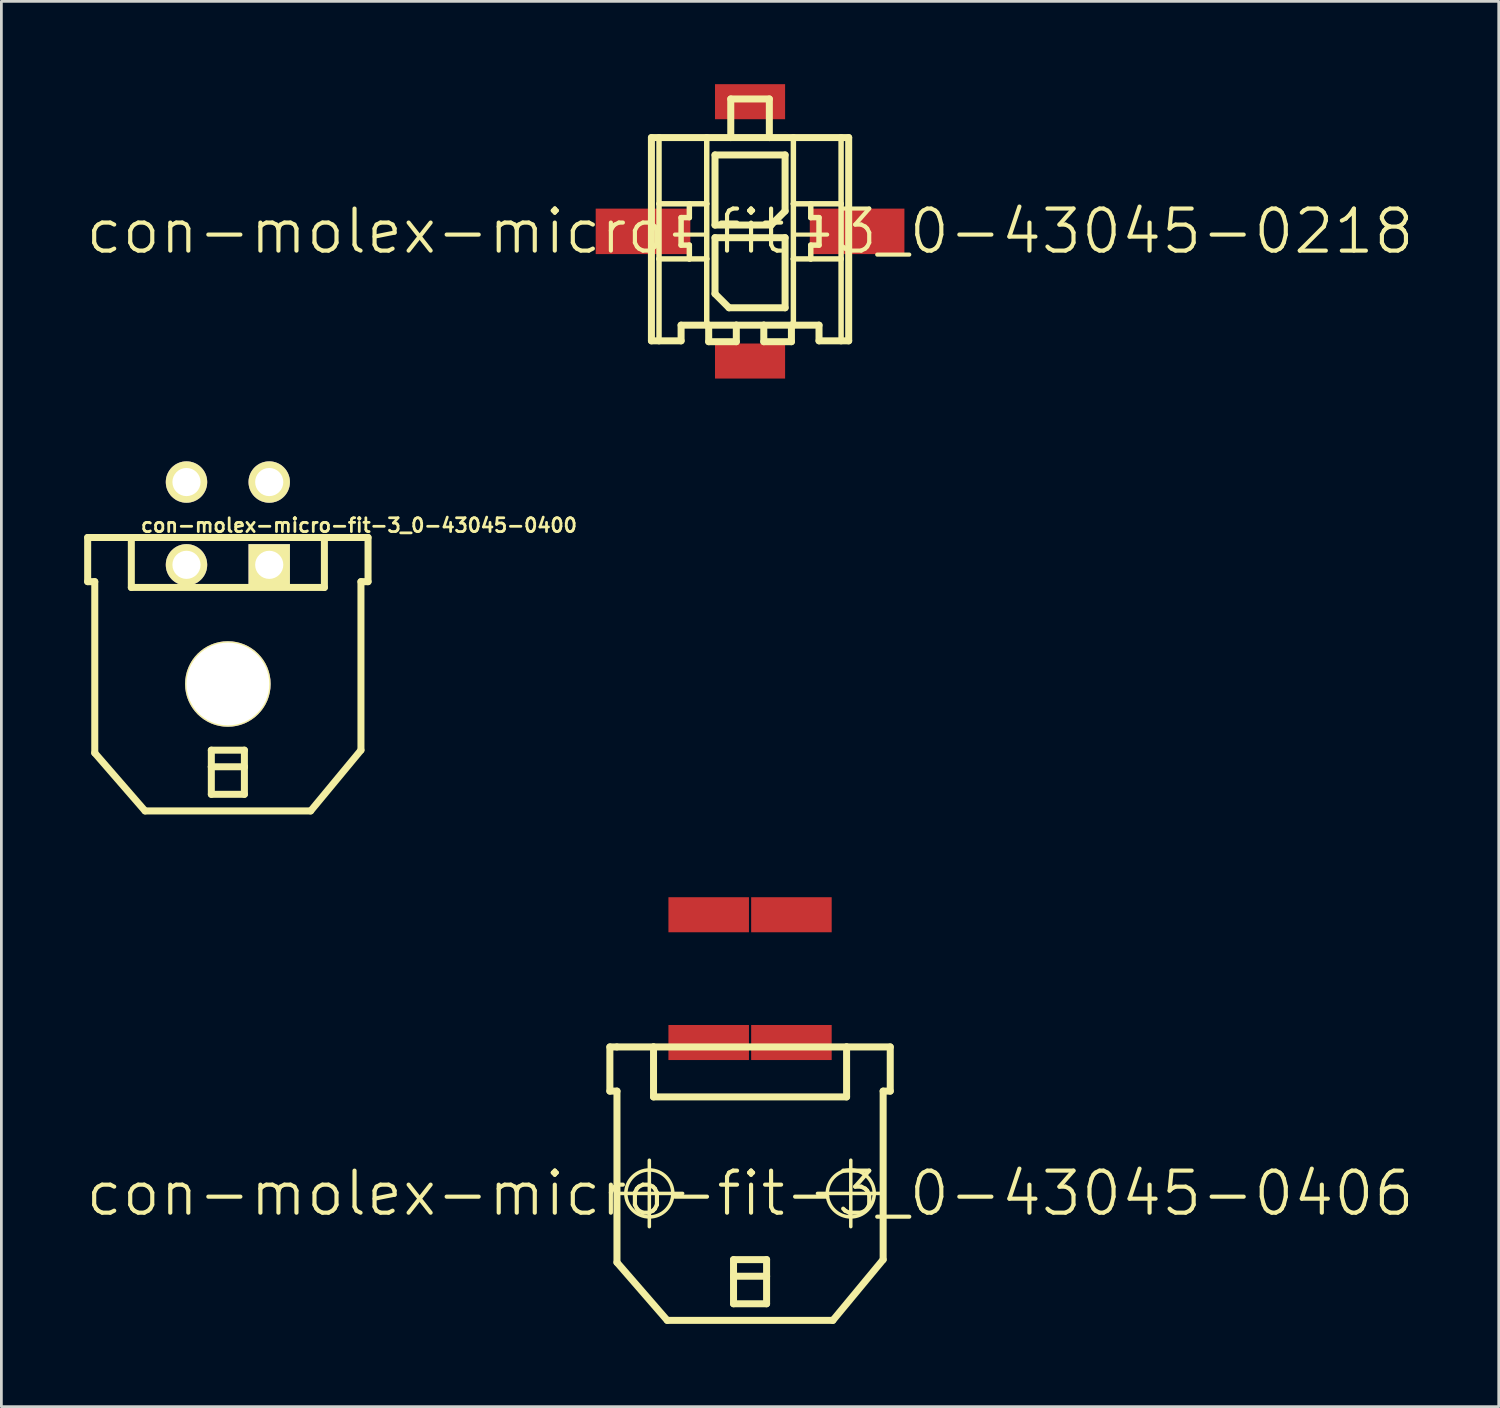
<source format=kicad_pcb>
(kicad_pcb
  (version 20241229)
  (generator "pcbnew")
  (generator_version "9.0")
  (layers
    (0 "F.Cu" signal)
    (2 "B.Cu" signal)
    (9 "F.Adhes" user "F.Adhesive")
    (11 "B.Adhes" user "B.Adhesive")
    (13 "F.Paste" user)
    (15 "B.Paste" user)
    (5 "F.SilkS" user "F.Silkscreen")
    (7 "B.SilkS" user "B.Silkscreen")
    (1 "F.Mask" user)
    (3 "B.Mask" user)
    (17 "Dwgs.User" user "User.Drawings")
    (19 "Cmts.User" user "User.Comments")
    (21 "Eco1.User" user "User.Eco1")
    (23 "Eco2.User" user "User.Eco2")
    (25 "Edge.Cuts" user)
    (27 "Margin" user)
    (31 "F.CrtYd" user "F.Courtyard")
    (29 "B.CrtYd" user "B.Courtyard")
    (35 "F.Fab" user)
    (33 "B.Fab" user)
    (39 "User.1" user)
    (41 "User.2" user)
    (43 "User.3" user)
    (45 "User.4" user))
  (footprint "con-molex-micro-fit-3_0-43045-0406"
    (layer "F.Cu")
    (at 24.13 40.197)
    (property "Reference" "con-molex-micro-fit-3_0-43045-0406" (at 0 0 0) (layer "F.SilkS") (effects (font (size 1.524 1.524) (thickness 0.15))))
    (attr smd)
    (fp_line (start -5.08 -5.309) (end -5.08 -3.708) (stroke (width 0.254) (type solid)) (layer "F.SilkS"))
    (fp_line (start -5.08 -3.708) (end -4.823 -3.708) (stroke (width 0.254) (type solid)) (layer "F.SilkS"))
    (fp_line (start -4.854 0) (end -2.443 0) (stroke (width 0.127) (type solid)) (layer "F.SilkS"))
    (fp_line (start -4.829 -5.309) (end -5.08 -5.309) (stroke (width 0.254) (type solid)) (layer "F.SilkS"))
    (fp_line (start -4.823 -5.309) (end -3.498 -5.309) (stroke (width 0.254) (type solid)) (layer "F.SilkS"))
    (fp_line (start -4.823 2.499) (end -4.823 -3.708) (stroke (width 0.254) (type solid)) (layer "F.SilkS"))
    (fp_line (start -4.823 2.499) (end -3 4.6) (stroke (width 0.254) (type solid)) (layer "F.SilkS"))
    (fp_line (start -3.65 1.204) (end -3.65 -1.204) (stroke (width 0.127) (type solid)) (layer "F.SilkS"))
    (fp_line (start -3.498 -5.309) (end -3.498 -3.498) (stroke (width 0.254) (type solid)) (layer "F.SilkS"))
    (fp_line (start -3.498 -5.309) (end 3.498 -5.309) (stroke (width 0.254) (type solid)) (layer "F.SilkS"))
    (fp_line (start -3.498 -3.498) (end 3.498 -3.498) (stroke (width 0.254) (type solid)) (layer "F.SilkS"))
    (fp_line (start -0.599 2.398) (end 0.599 2.398) (stroke (width 0.254) (type solid)) (layer "F.SilkS"))
    (fp_line (start -0.599 3) (end -0.599 2.398) (stroke (width 0.254) (type solid)) (layer "F.SilkS"))
    (fp_line (start -0.599 3) (end 0.599 3) (stroke (width 0.254) (type solid)) (layer "F.SilkS"))
    (fp_line (start -0.599 3.998) (end -0.599 3) (stroke (width 0.254) (type solid)) (layer "F.SilkS"))
    (fp_line (start 0.599 2.398) (end 0.599 3) (stroke (width 0.254) (type solid)) (layer "F.SilkS"))
    (fp_line (start 0.599 3) (end 0.599 3.998) (stroke (width 0.254) (type solid)) (layer "F.SilkS"))
    (fp_line (start 0.599 3.998) (end -0.599 3.998) (stroke (width 0.254) (type solid)) (layer "F.SilkS"))
    (fp_line (start 2.443 0) (end 4.854 0) (stroke (width 0.127) (type solid)) (layer "F.SilkS"))
    (fp_line (start 3 4.6) (end -3 4.6) (stroke (width 0.254) (type solid)) (layer "F.SilkS"))
    (fp_line (start 3.498 -5.309) (end 5.08 -5.309) (stroke (width 0.254) (type solid)) (layer "F.SilkS"))
    (fp_line (start 3.498 -3.498) (end 3.498 -5.309) (stroke (width 0.254) (type solid)) (layer "F.SilkS"))
    (fp_line (start 3.65 1.204) (end 3.65 -1.204) (stroke (width 0.127) (type solid)) (layer "F.SilkS"))
    (fp_line (start 4.823 -3.708) (end 4.823 2.398) (stroke (width 0.254) (type solid)) (layer "F.SilkS"))
    (fp_line (start 4.823 2.398) (end 3 4.6) (stroke (width 0.254) (type solid)) (layer "F.SilkS"))
    (fp_line (start 5.08 -5.309) (end 5.08 -3.708) (stroke (width 0.254) (type solid)) (layer "F.SilkS"))
    (fp_line (start 5.08 -3.708) (end 4.823 -3.708) (stroke (width 0.254) (type solid)) (layer "F.SilkS"))
    (fp_circle (center -3.65 0) (end -4.252 0.602) (stroke (width 0.127) (type solid)) (fill no) (layer "F.SilkS"))
    (fp_circle (center 3.65 0) (end 4.252 0.602) (stroke (width 0.127) (type solid)) (fill no) (layer "F.SilkS"))
    (pad "P$1" smd rect (at 1.499 -5.469) (size 2.918 1.27) (layers "F.Cu" "F.Mask" "F.Paste"))
    (pad "P$2" smd rect (at -1.499 -5.469) (size 2.918 1.27) (layers "F.Cu" "F.Mask" "F.Paste"))
    (pad "P$3" smd rect (at 1.499 -10.099) (size 2.918 1.27) (layers "F.Cu" "F.Mask" "F.Paste"))
    (pad "P$4" smd rect (at -1.499 -10.099) (size 2.918 1.27) (layers "F.Cu" "F.Mask" "F.Paste")))
  (footprint "con-molex-micro-fit-3_0-43045-0218"
    (layer "F.Cu")
    (at 24.13 5.334)
    (property "Reference" "con-molex-micro-fit-3_0-43045-0218" (at 0 0 0) (layer "F.SilkS") (effects (font (size 1.524 1.524) (thickness 0.15))))
    (attr smd)
    (fp_line (start -3.574 -3.399) (end -3.299 -3.399) (stroke (width 0.254) (type solid)) (layer "F.SilkS"))
    (fp_line (start -3.574 3.967) (end -3.574 -3.399) (stroke (width 0.254) (type solid)) (layer "F.SilkS"))
    (fp_line (start -3.299 -3.399) (end -1.57 -3.399) (stroke (width 0.254) (type solid)) (layer "F.SilkS"))
    (fp_line (start -3.299 -0.998) (end -3.299 -3.399) (stroke (width 0.198) (type solid)) (layer "F.SilkS"))
    (fp_line (start -3.299 0.998) (end -3.299 -0.998) (stroke (width 0.198) (type solid)) (layer "F.SilkS"))
    (fp_line (start -3.299 3.967) (end -3.574 3.967) (stroke (width 0.254) (type solid)) (layer "F.SilkS"))
    (fp_line (start -3.299 3.967) (end -3.299 0.998) (stroke (width 0.198) (type solid)) (layer "F.SilkS"))
    (fp_line (start -2.499 -0.498) (end -2.499 0.498) (stroke (width 0.198) (type solid)) (layer "F.SilkS"))
    (fp_line (start -2.499 0.498) (end -2.2 0.498) (stroke (width 0.198) (type solid)) (layer "F.SilkS"))
    (fp_line (start -2.499 3.399) (end -2.499 3.967) (stroke (width 0.254) (type solid)) (layer "F.SilkS"))
    (fp_line (start -2.499 3.967) (end -3.299 3.967) (stroke (width 0.254) (type solid)) (layer "F.SilkS"))
    (fp_line (start -2.2 -0.998) (end -3.299 -0.998) (stroke (width 0.198) (type solid)) (layer "F.SilkS"))
    (fp_line (start -2.2 -0.998) (end -2.2 -0.498) (stroke (width 0.198) (type solid)) (layer "F.SilkS"))
    (fp_line (start -2.2 -0.498) (end -2.499 -0.498) (stroke (width 0.198) (type solid)) (layer "F.SilkS"))
    (fp_line (start -2.2 0.498) (end -2.2 0.998) (stroke (width 0.198) (type solid)) (layer "F.SilkS"))
    (fp_line (start -2.2 0.998) (end -3.299 0.998) (stroke (width 0.198) (type solid)) (layer "F.SilkS"))
    (fp_line (start -1.57 -3.399) (end -0.699 -3.399) (stroke (width 0.254) (type solid)) (layer "F.SilkS"))
    (fp_line (start -1.57 -0.998) (end -2.2 -0.998) (stroke (width 0.198) (type solid)) (layer "F.SilkS"))
    (fp_line (start -1.57 -0.998) (end -1.57 -3.399) (stroke (width 0.198) (type solid)) (layer "F.SilkS"))
    (fp_line (start -1.57 0.998) (end -2.2 0.998) (stroke (width 0.198) (type solid)) (layer "F.SilkS"))
    (fp_line (start -1.57 0.998) (end -1.57 -0.998) (stroke (width 0.198) (type solid)) (layer "F.SilkS"))
    (fp_line (start -1.57 3.399) (end -2.499 3.399) (stroke (width 0.254) (type solid)) (layer "F.SilkS"))
    (fp_line (start -1.57 3.399) (end -1.57 0.998) (stroke (width 0.198) (type solid)) (layer "F.SilkS"))
    (fp_line (start -1.499 3.399) (end -1.57 3.399) (stroke (width 0.254) (type solid)) (layer "F.SilkS"))
    (fp_line (start -1.499 3.399) (end -1.499 3.998) (stroke (width 0.254) (type solid)) (layer "F.SilkS"))
    (fp_line (start -1.499 3.998) (end -0.498 3.998) (stroke (width 0.254) (type solid)) (layer "F.SilkS"))
    (fp_line (start -1.27 -2.769) (end -1.27 -0.229) (stroke (width 0.254) (type solid)) (layer "F.SilkS"))
    (fp_line (start -1.27 -0.229) (end 0.762 -0.229) (stroke (width 0.254) (type solid)) (layer "F.SilkS"))
    (fp_line (start -1.27 0.229) (end 1.27 0.229) (stroke (width 0.254) (type solid)) (layer "F.SilkS"))
    (fp_line (start -1.27 2.261) (end -1.27 0.229) (stroke (width 0.254) (type solid)) (layer "F.SilkS"))
    (fp_line (start -0.762 2.769) (end -1.27 2.261) (stroke (width 0.254) (type solid)) (layer "F.SilkS"))
    (fp_line (start -0.699 -4.798) (end -0.699 -3.399) (stroke (width 0.254) (type solid)) (layer "F.SilkS"))
    (fp_line (start -0.699 -4.798) (end 0.699 -4.798) (stroke (width 0.254) (type solid)) (layer "F.SilkS"))
    (fp_line (start -0.699 -3.399) (end 0.699 -3.399) (stroke (width 0.254) (type solid)) (layer "F.SilkS"))
    (fp_line (start -0.498 3.399) (end -1.499 3.399) (stroke (width 0.254) (type solid)) (layer "F.SilkS"))
    (fp_line (start -0.498 3.998) (end -0.498 3.399) (stroke (width 0.254) (type solid)) (layer "F.SilkS"))
    (fp_line (start 0.498 3.399) (end -0.498 3.399) (stroke (width 0.254) (type solid)) (layer "F.SilkS"))
    (fp_line (start 0.498 3.399) (end 0.498 3.998) (stroke (width 0.254) (type solid)) (layer "F.SilkS"))
    (fp_line (start 0.498 3.998) (end 1.499 3.998) (stroke (width 0.254) (type solid)) (layer "F.SilkS"))
    (fp_line (start 0.699 -4.798) (end 0.699 -3.399) (stroke (width 0.254) (type solid)) (layer "F.SilkS"))
    (fp_line (start 0.699 -3.399) (end 1.57 -3.399) (stroke (width 0.254) (type solid)) (layer "F.SilkS"))
    (fp_line (start 0.762 -0.229) (end 1.27 -0.737) (stroke (width 0.254) (type solid)) (layer "F.SilkS"))
    (fp_line (start 1.27 -2.769) (end -1.27 -2.769) (stroke (width 0.254) (type solid)) (layer "F.SilkS"))
    (fp_line (start 1.27 -0.737) (end 1.27 -2.769) (stroke (width 0.254) (type solid)) (layer "F.SilkS"))
    (fp_line (start 1.27 0.229) (end 1.27 2.769) (stroke (width 0.254) (type solid)) (layer "F.SilkS"))
    (fp_line (start 1.27 2.769) (end -0.762 2.769) (stroke (width 0.254) (type solid)) (layer "F.SilkS"))
    (fp_line (start 1.499 3.399) (end 0.498 3.399) (stroke (width 0.254) (type solid)) (layer "F.SilkS"))
    (fp_line (start 1.499 3.998) (end 1.499 3.399) (stroke (width 0.254) (type solid)) (layer "F.SilkS"))
    (fp_line (start 1.57 -3.399) (end 1.57 -0.998) (stroke (width 0.198) (type solid)) (layer "F.SilkS"))
    (fp_line (start 1.57 -3.399) (end 3.299 -3.399) (stroke (width 0.254) (type solid)) (layer "F.SilkS"))
    (fp_line (start 1.57 -0.998) (end 1.57 0.998) (stroke (width 0.198) (type solid)) (layer "F.SilkS"))
    (fp_line (start 1.57 -0.998) (end 2.2 -0.998) (stroke (width 0.198) (type solid)) (layer "F.SilkS"))
    (fp_line (start 1.57 0.998) (end 1.57 3.399) (stroke (width 0.198) (type solid)) (layer "F.SilkS"))
    (fp_line (start 1.57 0.998) (end 2.2 0.998) (stroke (width 0.198) (type solid)) (layer "F.SilkS"))
    (fp_line (start 1.57 3.399) (end 1.499 3.399) (stroke (width 0.254) (type solid)) (layer "F.SilkS"))
    (fp_line (start 2.2 -0.998) (end 2.2 -0.498) (stroke (width 0.198) (type solid)) (layer "F.SilkS"))
    (fp_line (start 2.2 -0.998) (end 3.299 -0.998) (stroke (width 0.198) (type solid)) (layer "F.SilkS"))
    (fp_line (start 2.2 -0.498) (end 2.499 -0.498) (stroke (width 0.198) (type solid)) (layer "F.SilkS"))
    (fp_line (start 2.2 0.498) (end 2.2 0.998) (stroke (width 0.198) (type solid)) (layer "F.SilkS"))
    (fp_line (start 2.2 0.998) (end 3.299 0.998) (stroke (width 0.198) (type solid)) (layer "F.SilkS"))
    (fp_line (start 2.499 -0.498) (end 2.499 0.498) (stroke (width 0.198) (type solid)) (layer "F.SilkS"))
    (fp_line (start 2.499 0.498) (end 2.2 0.498) (stroke (width 0.198) (type solid)) (layer "F.SilkS"))
    (fp_line (start 2.499 3.399) (end 1.57 3.399) (stroke (width 0.254) (type solid)) (layer "F.SilkS"))
    (fp_line (start 2.499 3.967) (end 2.499 3.399) (stroke (width 0.254) (type solid)) (layer "F.SilkS"))
    (fp_line (start 2.499 3.967) (end 3.299 3.967) (stroke (width 0.254) (type solid)) (layer "F.SilkS"))
    (fp_line (start 3.299 -3.399) (end 3.574 -3.399) (stroke (width 0.254) (type solid)) (layer "F.SilkS"))
    (fp_line (start 3.299 -0.998) (end 3.299 -3.399) (stroke (width 0.198) (type solid)) (layer "F.SilkS"))
    (fp_line (start 3.299 0.998) (end 3.299 -0.998) (stroke (width 0.198) (type solid)) (layer "F.SilkS"))
    (fp_line (start 3.299 3.967) (end 3.299 0.998) (stroke (width 0.198) (type solid)) (layer "F.SilkS"))
    (fp_line (start 3.299 3.967) (end 3.574 3.967) (stroke (width 0.254) (type solid)) (layer "F.SilkS"))
    (fp_line (start 3.574 -3.399) (end 3.574 3.967) (stroke (width 0.254) (type solid)) (layer "F.SilkS"))
    (pad "CLIP" smd rect (at -3.879 0) (size 3.429 1.648) (layers "F.Cu" "F.Mask" "F.Paste"))
    (pad "CLIP" smd rect (at 3.879 0) (size 3.429 1.648) (layers "F.Cu" "F.Mask" "F.Paste"))
    (pad "P$1" smd rect (at 0 4.699) (size 2.54 1.27) (layers "F.Cu" "F.Mask" "F.Paste"))
    (pad "P$2" smd rect (at 0 -4.699) (size 2.54 1.27) (layers "F.Cu" "F.Mask" "F.Paste")))
  (footprint "con-molex-micro-fit-3_0-43045-0400"
    (layer "F.Cu")
    (at 5.207 21.736)
    (property "Reference" "con-molex-micro-fit-3_0-43045-0400" (at 4.75 -5.75 0) (layer "F.SilkS") (effects (font (size 0.5 0.5) (thickness 0.1))))
    (attr exclude_from_pos_files exclude_from_bom)
    (fp_line (start -5.08 -5.309) (end -5.08 -3.708) (stroke (width 0.254) (type solid)) (layer "F.SilkS"))
    (fp_line (start -5.08 -5.309) (end -3.498 -5.309) (stroke (width 0.254) (type solid)) (layer "F.SilkS"))
    (fp_line (start -5.08 -3.708) (end -4.823 -3.708) (stroke (width 0.254) (type solid)) (layer "F.SilkS"))
    (fp_line (start -4.823 2.499) (end -4.823 -3.708) (stroke (width 0.254) (type solid)) (layer "F.SilkS"))
    (fp_line (start -4.823 2.499) (end -3 4.6) (stroke (width 0.254) (type solid)) (layer "F.SilkS"))
    (fp_line (start -3.498 -5.309) (end -3.498 -3.498) (stroke (width 0.254) (type solid)) (layer "F.SilkS"))
    (fp_line (start -3.498 -5.309) (end 3.498 -5.309) (stroke (width 0.254) (type solid)) (layer "F.SilkS"))
    (fp_line (start -3.498 -3.498) (end 3.498 -3.498) (stroke (width 0.254) (type solid)) (layer "F.SilkS"))
    (fp_line (start -0.599 2.398) (end 0.599 2.398) (stroke (width 0.254) (type solid)) (layer "F.SilkS"))
    (fp_line (start -0.599 3) (end -0.599 2.398) (stroke (width 0.254) (type solid)) (layer "F.SilkS"))
    (fp_line (start -0.599 3) (end 0.599 3) (stroke (width 0.254) (type solid)) (layer "F.SilkS"))
    (fp_line (start -0.599 3.998) (end -0.599 3) (stroke (width 0.254) (type solid)) (layer "F.SilkS"))
    (fp_line (start 0.599 2.398) (end 0.599 3) (stroke (width 0.254) (type solid)) (layer "F.SilkS"))
    (fp_line (start 0.599 3) (end 0.599 3.998) (stroke (width 0.254) (type solid)) (layer "F.SilkS"))
    (fp_line (start 0.599 3.998) (end -0.599 3.998) (stroke (width 0.254) (type solid)) (layer "F.SilkS"))
    (fp_line (start 3 4.6) (end -3 4.6) (stroke (width 0.254) (type solid)) (layer "F.SilkS"))
    (fp_line (start 3.498 -5.309) (end 5.08 -5.309) (stroke (width 0.254) (type solid)) (layer "F.SilkS"))
    (fp_line (start 3.498 -3.498) (end 3.498 -5.309) (stroke (width 0.254) (type solid)) (layer "F.SilkS"))
    (fp_line (start 4.823 -3.708) (end 4.823 2.398) (stroke (width 0.254) (type solid)) (layer "F.SilkS"))
    (fp_line (start 4.823 2.398) (end 3 4.6) (stroke (width 0.254) (type solid)) (layer "F.SilkS"))
    (fp_line (start 5.08 -5.309) (end 5.08 -3.708) (stroke (width 0.254) (type solid)) (layer "F.SilkS"))
    (fp_line (start 5.08 -3.708) (end 4.823 -3.708) (stroke (width 0.254) (type solid)) (layer "F.SilkS"))
    (pad "1" thru_hole rect (at 1.499 -4.318) (size 1.5 1.5) (drill 1.02) (layers "*.Cu" "*.Mask" "F.SilkS" "F.Paste"))
    (pad "2" thru_hole circle (at -1.499 -4.318) (size 1.5 1.5) (drill 1.02) (layers "*.Cu" "*.Mask" "F.SilkS" "F.Paste"))
    (pad "3" thru_hole circle (at 1.499 -7.318) (size 1.5 1.5) (drill 1.02) (layers "*.Cu" "*.Mask" "F.SilkS" "F.Paste"))
    (pad "4" thru_hole circle (at -1.499 -7.318) (size 1.5 1.5) (drill 1.02) (layers "*.Cu" "*.Mask" "F.SilkS" "F.Paste"))
    (pad "5" thru_hole circle (at 0 0) (size 3.1 3.1) (drill 3) (layers "*.Cu" "*.Mask" "F.SilkS" "F.Paste")))
  (gr_rect
    (start -3 -3)
    (end 51.26 47.924)
    (stroke (width 0.1) (type default))
    (fill no)
    (layer "Edge.Cuts")))
</source>
